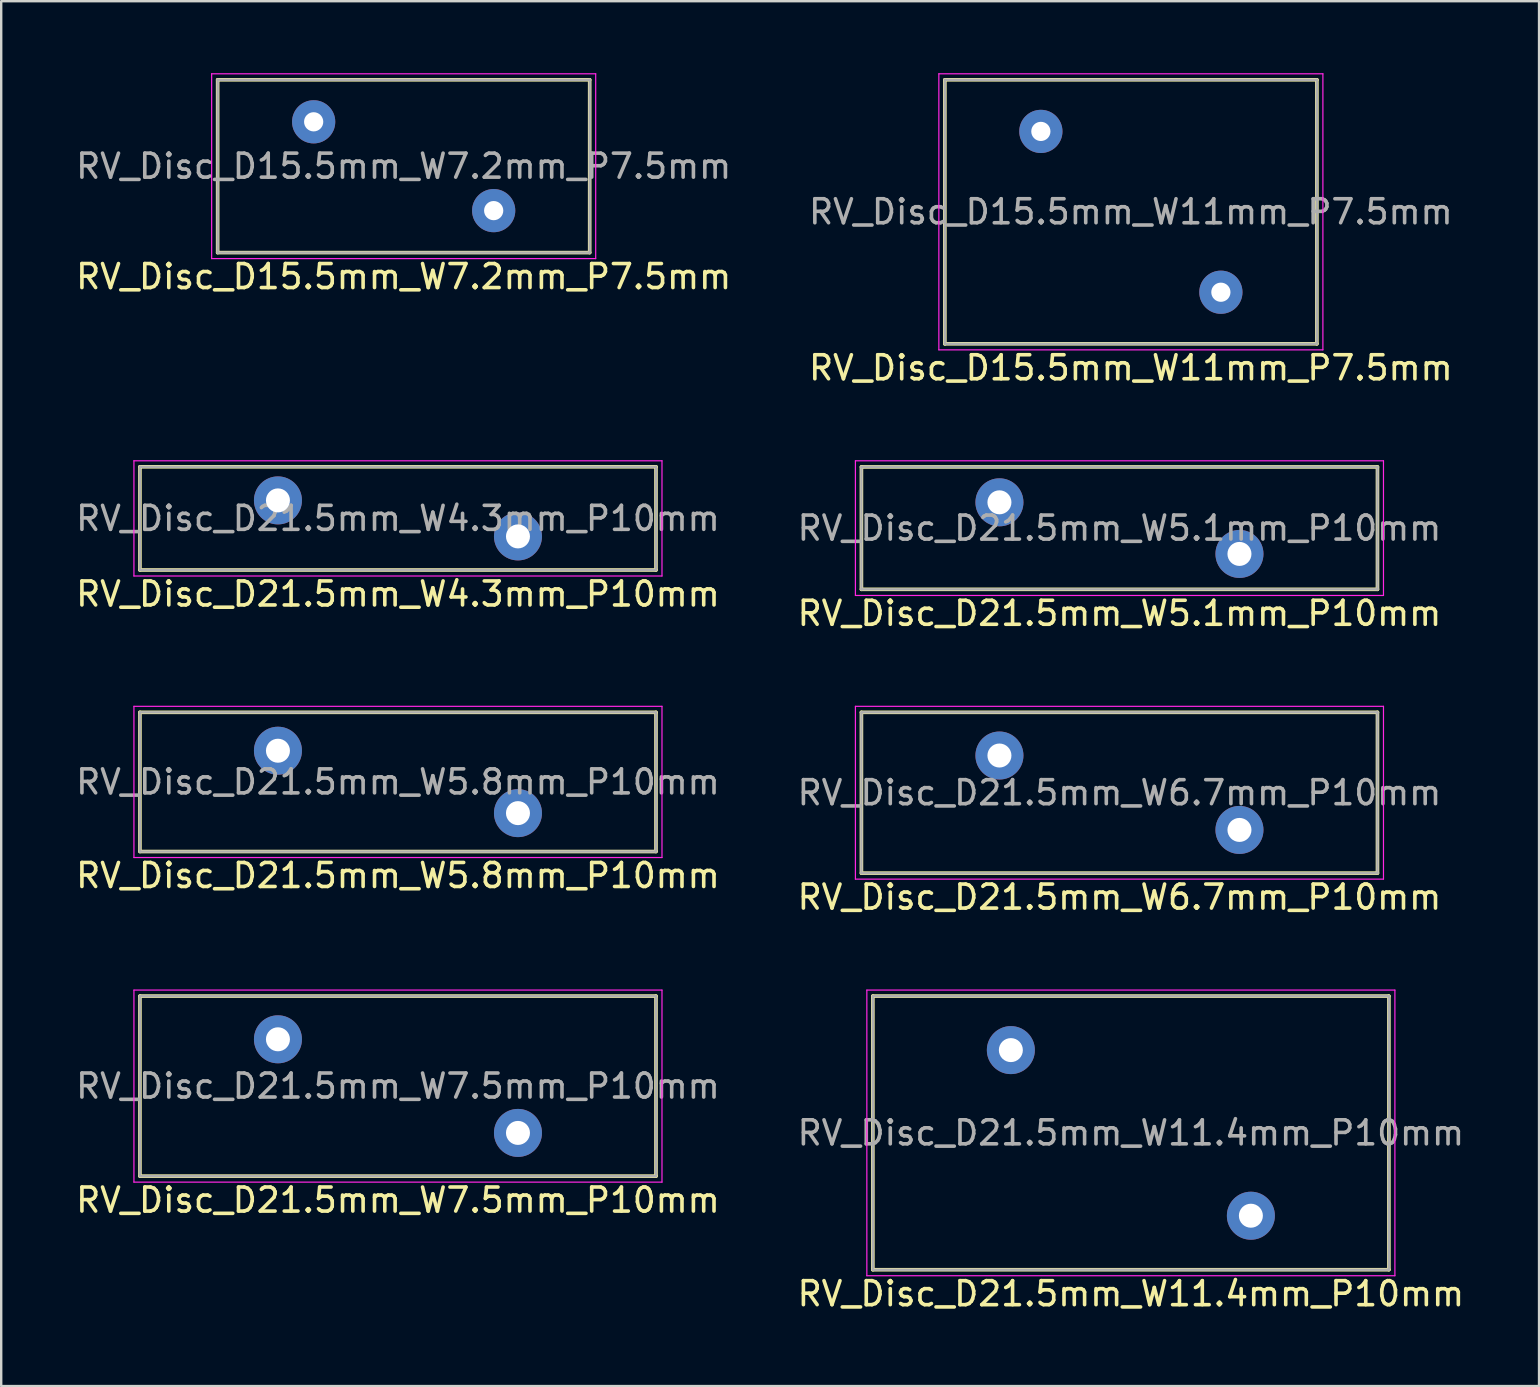
<source format=kicad_pcb>
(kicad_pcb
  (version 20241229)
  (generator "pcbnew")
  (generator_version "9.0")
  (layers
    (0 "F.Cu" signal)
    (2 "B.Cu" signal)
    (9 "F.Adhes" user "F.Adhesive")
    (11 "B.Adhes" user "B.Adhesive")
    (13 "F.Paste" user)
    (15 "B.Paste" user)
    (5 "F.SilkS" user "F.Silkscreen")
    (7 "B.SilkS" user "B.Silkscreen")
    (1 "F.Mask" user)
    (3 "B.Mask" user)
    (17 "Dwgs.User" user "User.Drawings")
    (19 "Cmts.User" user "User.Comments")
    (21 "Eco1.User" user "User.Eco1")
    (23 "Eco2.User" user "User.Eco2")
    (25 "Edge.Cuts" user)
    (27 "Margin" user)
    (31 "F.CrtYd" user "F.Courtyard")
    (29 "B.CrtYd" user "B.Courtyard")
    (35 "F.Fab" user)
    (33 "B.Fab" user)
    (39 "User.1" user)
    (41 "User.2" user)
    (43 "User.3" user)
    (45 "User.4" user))
  (footprint "RV_Disc_D21.5mm_W5.1mm_P10mm"
    (layer "F.Cu")
    (at 38.589 17.878)
    (property "Reference" "RV_Disc_D21.5mm_W5.1mm_P10mm" (at 5 4.625 0) (layer "F.SilkS") (effects (font (size 1 1) (thickness 0.15))))
    (attr through_hole)
    (fp_line (start -5.75 -1.475) (end -5.75 3.625) (stroke (width 0.15) (type solid)) (layer "F.SilkS"))
    (fp_line (start -5.75 -1.475) (end 15.75 -1.475) (stroke (width 0.15) (type solid)) (layer "F.SilkS"))
    (fp_line (start -5.75 3.625) (end 15.75 3.625) (stroke (width 0.15) (type solid)) (layer "F.SilkS"))
    (fp_line (start 15.75 -1.475) (end 15.75 3.625) (stroke (width 0.15) (type solid)) (layer "F.SilkS"))
    (fp_line (start -6 -1.73) (end -6 3.88) (stroke (width 0.05) (type solid)) (layer "F.CrtYd"))
    (fp_line (start -6 -1.73) (end 16 -1.73) (stroke (width 0.05) (type solid)) (layer "F.CrtYd"))
    (fp_line (start -6 3.88) (end 16 3.88) (stroke (width 0.05) (type solid)) (layer "F.CrtYd"))
    (fp_line (start 16 -1.73) (end 16 3.88) (stroke (width 0.05) (type solid)) (layer "F.CrtYd"))
    (fp_line (start -5.75 -1.475) (end -5.75 3.625) (stroke (width 0.1) (type solid)) (layer "F.Fab"))
    (fp_line (start -5.75 -1.475) (end 15.75 -1.475) (stroke (width 0.1) (type solid)) (layer "F.Fab"))
    (fp_line (start -5.75 3.625) (end 15.75 3.625) (stroke (width 0.1) (type solid)) (layer "F.Fab"))
    (fp_line (start 15.75 -1.475) (end 15.75 3.625) (stroke (width 0.1) (type solid)) (layer "F.Fab"))
    (fp_text user "${REFERENCE}" (at 5 1.075 0) (layer "F.Fab") (effects (font (size 1 1) (thickness 0.15))))
    (pad "1" thru_hole circle (at 0 0) (size 2 2) (drill 1) (layers "*.Cu" "*.Mask"))
    (pad "2" thru_hole circle (at 10 2.15) (size 2 2) (drill 1) (layers "*.Cu" "*.Mask")))
  (footprint "RV_Disc_D21.5mm_W4.3mm_P10mm"
    (layer "F.Cu")
    (at 8.53 17.798)
    (property "Reference" "RV_Disc_D21.5mm_W4.3mm_P10mm" (at 5 3.9 0) (layer "F.SilkS") (effects (font (size 1 1) (thickness 0.15))))
    (attr through_hole)
    (fp_line (start -5.75 -1.4) (end -5.75 2.9) (stroke (width 0.15) (type solid)) (layer "F.SilkS"))
    (fp_line (start -5.75 -1.4) (end 15.75 -1.4) (stroke (width 0.15) (type solid)) (layer "F.SilkS"))
    (fp_line (start -5.75 2.9) (end 15.75 2.9) (stroke (width 0.15) (type solid)) (layer "F.SilkS"))
    (fp_line (start 15.75 -1.4) (end 15.75 2.9) (stroke (width 0.15) (type solid)) (layer "F.SilkS"))
    (fp_line (start -6 -1.65) (end -6 3.15) (stroke (width 0.05) (type solid)) (layer "F.CrtYd"))
    (fp_line (start -6 -1.65) (end 16 -1.65) (stroke (width 0.05) (type solid)) (layer "F.CrtYd"))
    (fp_line (start -6 3.15) (end 16 3.15) (stroke (width 0.05) (type solid)) (layer "F.CrtYd"))
    (fp_line (start 16 -1.65) (end 16 3.15) (stroke (width 0.05) (type solid)) (layer "F.CrtYd"))
    (fp_line (start -5.75 -1.4) (end -5.75 2.9) (stroke (width 0.1) (type solid)) (layer "F.Fab"))
    (fp_line (start -5.75 -1.4) (end 15.75 -1.4) (stroke (width 0.1) (type solid)) (layer "F.Fab"))
    (fp_line (start -5.75 2.9) (end 15.75 2.9) (stroke (width 0.1) (type solid)) (layer "F.Fab"))
    (fp_line (start 15.75 -1.4) (end 15.75 2.9) (stroke (width 0.1) (type solid)) (layer "F.Fab"))
    (fp_text user "${REFERENCE}" (at 5 0.75 0) (layer "F.Fab") (effects (font (size 1 1) (thickness 0.15))))
    (pad "1" thru_hole circle (at 0 0) (size 2 2) (drill 1) (layers "*.Cu" "*.Mask"))
    (pad "2" thru_hole circle (at 10 1.5) (size 2 2) (drill 1) (layers "*.Cu" "*.Mask")))
  (footprint "RV_Disc_D21.5mm_W11.4mm_P10mm"
    (layer "F.Cu")
    (at 39.065 40.7)
    (property "Reference" "RV_Disc_D21.5mm_W11.4mm_P10mm" (at 5 10.15 0) (layer "F.SilkS") (effects (font (size 1 1) (thickness 0.15))))
    (attr through_hole)
    (fp_line (start -5.75 -2.25) (end -5.75 9.15) (stroke (width 0.15) (type solid)) (layer "F.SilkS"))
    (fp_line (start -5.75 -2.25) (end 15.75 -2.25) (stroke (width 0.15) (type solid)) (layer "F.SilkS"))
    (fp_line (start -5.75 9.15) (end 15.75 9.15) (stroke (width 0.15) (type solid)) (layer "F.SilkS"))
    (fp_line (start 15.75 -2.25) (end 15.75 9.15) (stroke (width 0.15) (type solid)) (layer "F.SilkS"))
    (fp_line (start -6 -2.5) (end -6 9.4) (stroke (width 0.05) (type solid)) (layer "F.CrtYd"))
    (fp_line (start -6 -2.5) (end 16 -2.5) (stroke (width 0.05) (type solid)) (layer "F.CrtYd"))
    (fp_line (start -6 9.4) (end 16 9.4) (stroke (width 0.05) (type solid)) (layer "F.CrtYd"))
    (fp_line (start 16 -2.5) (end 16 9.4) (stroke (width 0.05) (type solid)) (layer "F.CrtYd"))
    (fp_line (start -5.75 -2.25) (end -5.75 9.15) (stroke (width 0.1) (type solid)) (layer "F.Fab"))
    (fp_line (start -5.75 -2.25) (end 15.75 -2.25) (stroke (width 0.1) (type solid)) (layer "F.Fab"))
    (fp_line (start -5.75 9.15) (end 15.75 9.15) (stroke (width 0.1) (type solid)) (layer "F.Fab"))
    (fp_line (start 15.75 -2.25) (end 15.75 9.15) (stroke (width 0.1) (type solid)) (layer "F.Fab"))
    (fp_text user "${REFERENCE}" (at 5 3.45 0) (layer "F.Fab") (effects (font (size 1 1) (thickness 0.15))))
    (pad "1" thru_hole circle (at 0 0) (size 2 2) (drill 1) (layers "*.Cu" "*.Mask"))
    (pad "2" thru_hole circle (at 10 6.9) (size 2 2) (drill 1) (layers "*.Cu" "*.Mask")))
  (footprint "RV_Disc_D15.5mm_W11mm_P7.5mm"
    (layer "F.Cu")
    (at 40.315 2.425)
    (property "Reference" "RV_Disc_D15.5mm_W11mm_P7.5mm" (at 3.75 9.85 0) (layer "F.SilkS") (effects (font (size 1 1) (thickness 0.15))))
    (attr through_hole)
    (fp_line (start -4 -2.15) (end -4 8.85) (stroke (width 0.15) (type solid)) (layer "F.SilkS"))
    (fp_line (start -4 -2.15) (end 11.5 -2.15) (stroke (width 0.15) (type solid)) (layer "F.SilkS"))
    (fp_line (start -4 8.85) (end 11.5 8.85) (stroke (width 0.15) (type solid)) (layer "F.SilkS"))
    (fp_line (start 11.5 -2.15) (end 11.5 8.85) (stroke (width 0.15) (type solid)) (layer "F.SilkS"))
    (fp_line (start -4.25 -2.4) (end -4.25 9.1) (stroke (width 0.05) (type solid)) (layer "F.CrtYd"))
    (fp_line (start -4.25 -2.4) (end 11.75 -2.4) (stroke (width 0.05) (type solid)) (layer "F.CrtYd"))
    (fp_line (start -4.25 9.1) (end 11.75 9.1) (stroke (width 0.05) (type solid)) (layer "F.CrtYd"))
    (fp_line (start 11.75 -2.4) (end 11.75 9.1) (stroke (width 0.05) (type solid)) (layer "F.CrtYd"))
    (fp_line (start -4 -2.15) (end -4 8.85) (stroke (width 0.1) (type solid)) (layer "F.Fab"))
    (fp_line (start -4 -2.15) (end 11.5 -2.15) (stroke (width 0.1) (type solid)) (layer "F.Fab"))
    (fp_line (start -4 8.85) (end 11.5 8.85) (stroke (width 0.1) (type solid)) (layer "F.Fab"))
    (fp_line (start 11.5 -2.15) (end 11.5 8.85) (stroke (width 0.1) (type solid)) (layer "F.Fab"))
    (fp_text user "${REFERENCE}" (at 3.75 3.35 0) (layer "F.Fab") (effects (font (size 1 1) (thickness 0.15))))
    (pad "1" thru_hole circle (at 0 0) (size 1.8 1.8) (drill 0.8) (layers "*.Cu" "*.Mask"))
    (pad "2" thru_hole circle (at 7.5 6.7) (size 1.8 1.8) (drill 0.8) (layers "*.Cu" "*.Mask")))
  (footprint "RV_Disc_D15.5mm_W7.2mm_P7.5mm"
    (layer "F.Cu")
    (at 10.018 2.025)
    (property "Reference" "RV_Disc_D15.5mm_W7.2mm_P7.5mm" (at 3.75 6.45 0) (layer "F.SilkS") (effects (font (size 1 1) (thickness 0.15))))
    (attr through_hole)
    (fp_line (start -4 -1.75) (end -4 5.45) (stroke (width 0.15) (type solid)) (layer "F.SilkS"))
    (fp_line (start -4 -1.75) (end 11.5 -1.75) (stroke (width 0.15) (type solid)) (layer "F.SilkS"))
    (fp_line (start -4 5.45) (end 11.5 5.45) (stroke (width 0.15) (type solid)) (layer "F.SilkS"))
    (fp_line (start 11.5 -1.75) (end 11.5 5.45) (stroke (width 0.15) (type solid)) (layer "F.SilkS"))
    (fp_line (start -4.25 -2) (end -4.25 5.7) (stroke (width 0.05) (type solid)) (layer "F.CrtYd"))
    (fp_line (start -4.25 -2) (end 11.75 -2) (stroke (width 0.05) (type solid)) (layer "F.CrtYd"))
    (fp_line (start -4.25 5.7) (end 11.75 5.7) (stroke (width 0.05) (type solid)) (layer "F.CrtYd"))
    (fp_line (start 11.75 -2) (end 11.75 5.7) (stroke (width 0.05) (type solid)) (layer "F.CrtYd"))
    (fp_line (start -4 -1.75) (end -4 5.45) (stroke (width 0.1) (type solid)) (layer "F.Fab"))
    (fp_line (start -4 -1.75) (end 11.5 -1.75) (stroke (width 0.1) (type solid)) (layer "F.Fab"))
    (fp_line (start -4 5.45) (end 11.5 5.45) (stroke (width 0.1) (type solid)) (layer "F.Fab"))
    (fp_line (start 11.5 -1.75) (end 11.5 5.45) (stroke (width 0.1) (type solid)) (layer "F.Fab"))
    (fp_text user "${REFERENCE}" (at 3.75 1.85 0) (layer "F.Fab") (effects (font (size 1 1) (thickness 0.15))))
    (pad "1" thru_hole circle (at 0 0) (size 1.8 1.8) (drill 0.8) (layers "*.Cu" "*.Mask"))
    (pad "2" thru_hole circle (at 7.5 3.7) (size 1.8 1.8) (drill 0.8) (layers "*.Cu" "*.Mask")))
  (footprint "RV_Disc_D21.5mm_W7.5mm_P10mm"
    (layer "F.Cu")
    (at 8.53 40.25)
    (property "Reference" "RV_Disc_D21.5mm_W7.5mm_P10mm" (at 5 6.7 0) (layer "F.SilkS") (effects (font (size 1 1) (thickness 0.15))))
    (attr through_hole)
    (fp_line (start -5.75 -1.8) (end -5.75 5.7) (stroke (width 0.15) (type solid)) (layer "F.SilkS"))
    (fp_line (start -5.75 -1.8) (end 15.75 -1.8) (stroke (width 0.15) (type solid)) (layer "F.SilkS"))
    (fp_line (start -5.75 5.7) (end 15.75 5.7) (stroke (width 0.15) (type solid)) (layer "F.SilkS"))
    (fp_line (start 15.75 -1.8) (end 15.75 5.7) (stroke (width 0.15) (type solid)) (layer "F.SilkS"))
    (fp_line (start -6 -2.05) (end -6 5.95) (stroke (width 0.05) (type solid)) (layer "F.CrtYd"))
    (fp_line (start -6 -2.05) (end 16 -2.05) (stroke (width 0.05) (type solid)) (layer "F.CrtYd"))
    (fp_line (start -6 5.95) (end 16 5.95) (stroke (width 0.05) (type solid)) (layer "F.CrtYd"))
    (fp_line (start 16 -2.05) (end 16 5.95) (stroke (width 0.05) (type solid)) (layer "F.CrtYd"))
    (fp_line (start -5.75 -1.8) (end -5.75 5.7) (stroke (width 0.1) (type solid)) (layer "F.Fab"))
    (fp_line (start -5.75 -1.8) (end 15.75 -1.8) (stroke (width 0.1) (type solid)) (layer "F.Fab"))
    (fp_line (start -5.75 5.7) (end 15.75 5.7) (stroke (width 0.1) (type solid)) (layer "F.Fab"))
    (fp_line (start 15.75 -1.8) (end 15.75 5.7) (stroke (width 0.1) (type solid)) (layer "F.Fab"))
    (fp_text user "${REFERENCE}" (at 5 1.95 0) (layer "F.Fab") (effects (font (size 1 1) (thickness 0.15))))
    (pad "1" thru_hole circle (at 0 0) (size 2 2) (drill 1) (layers "*.Cu" "*.Mask"))
    (pad "2" thru_hole circle (at 10 3.9) (size 2 2) (drill 1) (layers "*.Cu" "*.Mask")))
  (footprint "RV_Disc_D21.5mm_W5.8mm_P10mm"
    (layer "F.Cu")
    (at 8.53 28.227)
    (property "Reference" "RV_Disc_D21.5mm_W5.8mm_P10mm" (at 5 5.2 0) (layer "F.SilkS") (effects (font (size 1 1) (thickness 0.15))))
    (attr through_hole)
    (fp_line (start -5.75 -1.6) (end -5.75 4.2) (stroke (width 0.15) (type solid)) (layer "F.SilkS"))
    (fp_line (start -5.75 -1.6) (end 15.75 -1.6) (stroke (width 0.15) (type solid)) (layer "F.SilkS"))
    (fp_line (start -5.75 4.2) (end 15.75 4.2) (stroke (width 0.15) (type solid)) (layer "F.SilkS"))
    (fp_line (start 15.75 -1.6) (end 15.75 4.2) (stroke (width 0.15) (type solid)) (layer "F.SilkS"))
    (fp_line (start -6 -1.85) (end -6 4.45) (stroke (width 0.05) (type solid)) (layer "F.CrtYd"))
    (fp_line (start -6 -1.85) (end 16 -1.85) (stroke (width 0.05) (type solid)) (layer "F.CrtYd"))
    (fp_line (start -6 4.45) (end 16 4.45) (stroke (width 0.05) (type solid)) (layer "F.CrtYd"))
    (fp_line (start 16 -1.85) (end 16 4.45) (stroke (width 0.05) (type solid)) (layer "F.CrtYd"))
    (fp_line (start -5.75 -1.6) (end -5.75 4.2) (stroke (width 0.1) (type solid)) (layer "F.Fab"))
    (fp_line (start -5.75 -1.6) (end 15.75 -1.6) (stroke (width 0.1) (type solid)) (layer "F.Fab"))
    (fp_line (start -5.75 4.2) (end 15.75 4.2) (stroke (width 0.1) (type solid)) (layer "F.Fab"))
    (fp_line (start 15.75 -1.6) (end 15.75 4.2) (stroke (width 0.1) (type solid)) (layer "F.Fab"))
    (fp_text user "${REFERENCE}" (at 5 1.3 0) (layer "F.Fab") (effects (font (size 1 1) (thickness 0.15))))
    (pad "1" thru_hole circle (at 0 0) (size 2 2) (drill 1) (layers "*.Cu" "*.Mask"))
    (pad "2" thru_hole circle (at 10 2.6) (size 2 2) (drill 1) (layers "*.Cu" "*.Mask")))
  (footprint "RV_Disc_D21.5mm_W6.7mm_P10mm"
    (layer "F.Cu")
    (at 38.589 28.427)
    (property "Reference" "RV_Disc_D21.5mm_W6.7mm_P10mm" (at 5 5.9 0) (layer "F.SilkS") (effects (font (size 1 1) (thickness 0.15))))
    (attr through_hole)
    (fp_line (start -5.75 -1.8) (end -5.75 4.9) (stroke (width 0.15) (type solid)) (layer "F.SilkS"))
    (fp_line (start -5.75 -1.8) (end 15.75 -1.8) (stroke (width 0.15) (type solid)) (layer "F.SilkS"))
    (fp_line (start -5.75 4.9) (end 15.75 4.9) (stroke (width 0.15) (type solid)) (layer "F.SilkS"))
    (fp_line (start 15.75 -1.8) (end 15.75 4.9) (stroke (width 0.15) (type solid)) (layer "F.SilkS"))
    (fp_line (start -6 -2.05) (end -6 5.15) (stroke (width 0.05) (type solid)) (layer "F.CrtYd"))
    (fp_line (start -6 -2.05) (end 16 -2.05) (stroke (width 0.05) (type solid)) (layer "F.CrtYd"))
    (fp_line (start -6 5.15) (end 16 5.15) (stroke (width 0.05) (type solid)) (layer "F.CrtYd"))
    (fp_line (start 16 -2.05) (end 16 5.15) (stroke (width 0.05) (type solid)) (layer "F.CrtYd"))
    (fp_line (start -5.75 -1.8) (end -5.75 4.9) (stroke (width 0.1) (type solid)) (layer "F.Fab"))
    (fp_line (start -5.75 -1.8) (end 15.75 -1.8) (stroke (width 0.1) (type solid)) (layer "F.Fab"))
    (fp_line (start -5.75 4.9) (end 15.75 4.9) (stroke (width 0.1) (type solid)) (layer "F.Fab"))
    (fp_line (start 15.75 -1.8) (end 15.75 4.9) (stroke (width 0.1) (type solid)) (layer "F.Fab"))
    (fp_text user "${REFERENCE}" (at 5 1.55 0) (layer "F.Fab") (effects (font (size 1 1) (thickness 0.15))))
    (pad "1" thru_hole circle (at 0 0) (size 2 2) (drill 1) (layers "*.Cu" "*.Mask"))
    (pad "2" thru_hole circle (at 10 3.1) (size 2 2) (drill 1) (layers "*.Cu" "*.Mask")))
  (gr_rect
    (start -3 -3)
    (end 61.071 54.698)
    (stroke (width 0.1) (type default))
    (fill no)
    (layer "Edge.Cuts")))
</source>
